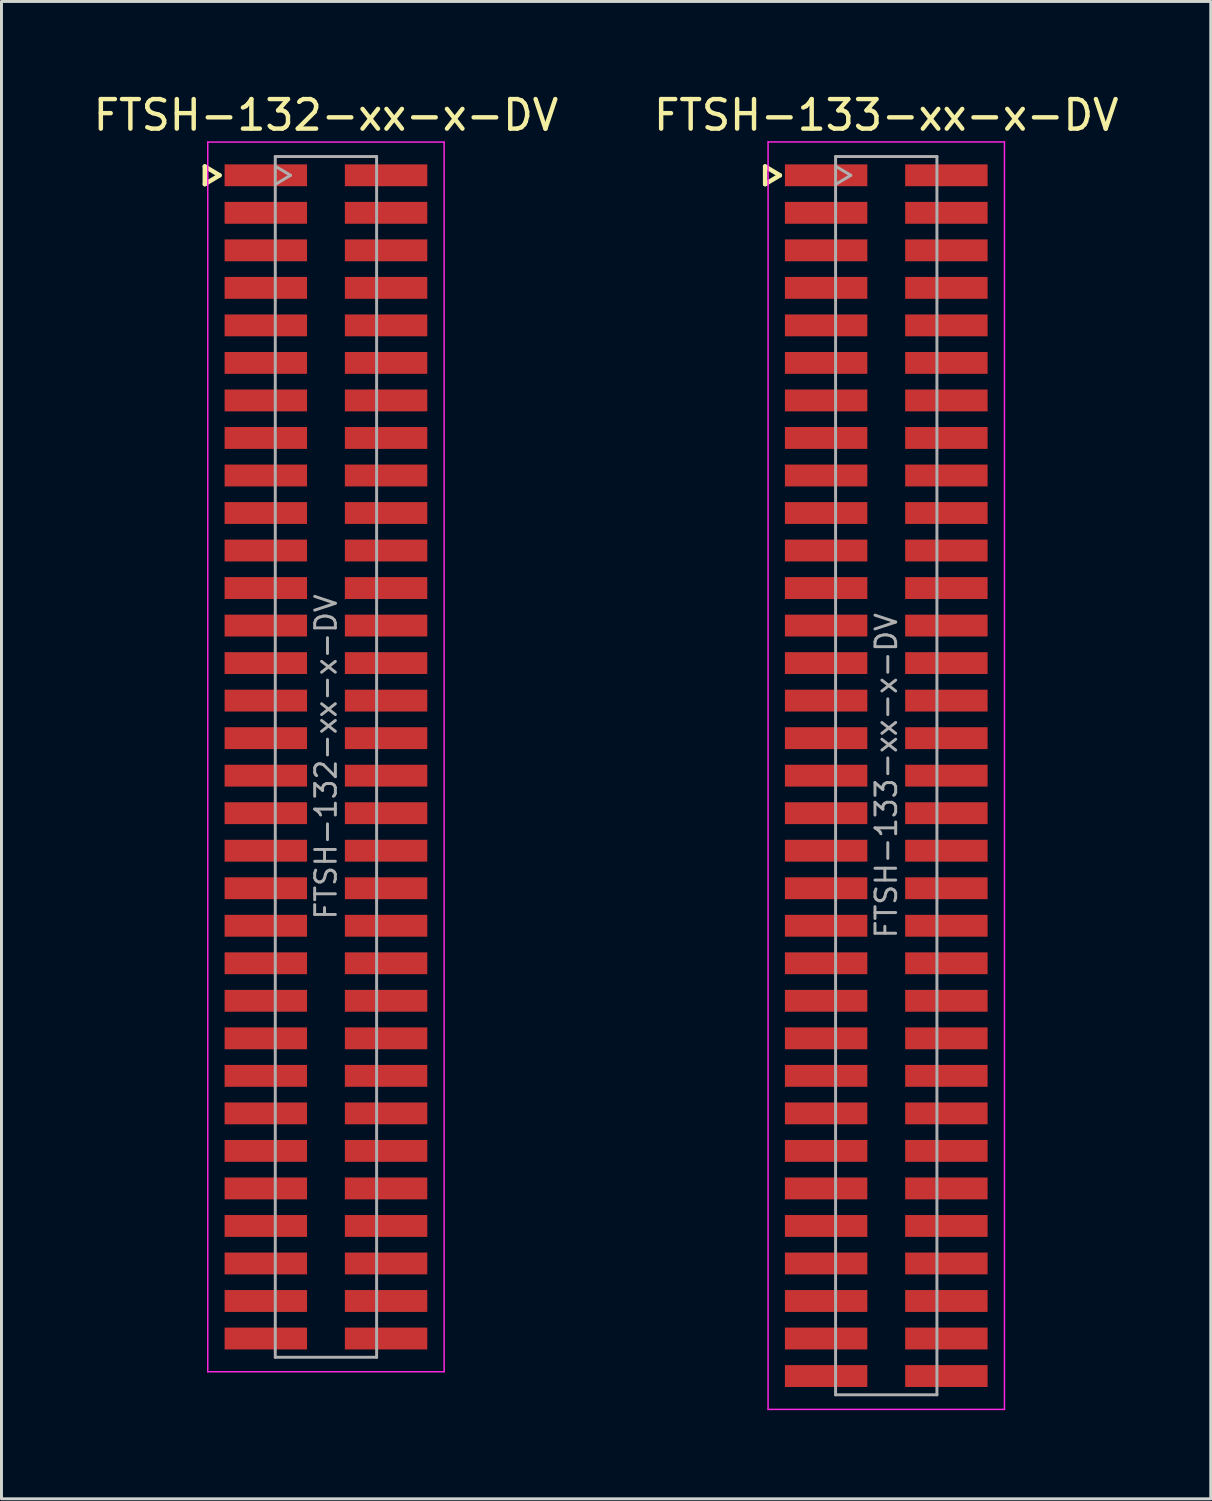
<source format=kicad_pcb>
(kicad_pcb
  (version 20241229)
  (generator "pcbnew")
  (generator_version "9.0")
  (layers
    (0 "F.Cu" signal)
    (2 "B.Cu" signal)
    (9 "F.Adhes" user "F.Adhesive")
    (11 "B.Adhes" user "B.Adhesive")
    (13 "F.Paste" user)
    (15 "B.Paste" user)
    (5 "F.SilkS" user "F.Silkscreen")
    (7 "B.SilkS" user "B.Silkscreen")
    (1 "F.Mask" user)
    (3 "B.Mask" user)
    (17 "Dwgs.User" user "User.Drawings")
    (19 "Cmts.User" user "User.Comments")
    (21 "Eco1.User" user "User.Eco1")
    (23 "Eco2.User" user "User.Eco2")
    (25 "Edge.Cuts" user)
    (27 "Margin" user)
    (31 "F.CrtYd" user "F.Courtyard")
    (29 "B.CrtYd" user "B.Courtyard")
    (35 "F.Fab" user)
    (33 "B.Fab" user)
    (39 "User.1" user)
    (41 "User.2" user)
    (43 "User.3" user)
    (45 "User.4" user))
  (footprint "FTSH-133-xx-x-DV"
    (layer "F.Cu")
    (at 26.946 23.203)
    (property "Reference" "FTSH-133-xx-x-DV" (at 0 -22.355 0) (layer "F.SilkS") (effects (font (size 1 1) (thickness 0.15))))
    (attr smd)
    (fp_line (start -4.1 -20.62) (end -4.1 -20.02) (stroke (width 0.15) (type solid)) (layer "F.SilkS"))
    (fp_line (start -4.1 -20.02) (end -3.6 -20.32) (stroke (width 0.15) (type solid)) (layer "F.SilkS"))
    (fp_line (start -3.6 -20.32) (end -4.1 -20.62) (stroke (width 0.15) (type solid)) (layer "F.SilkS"))
    (fp_line (start -4 -21.45) (end 4 -21.45) (stroke (width 0.05) (type solid)) (layer "F.CrtYd"))
    (fp_line (start -4 21.45) (end -4 -21.45) (stroke (width 0.05) (type solid)) (layer "F.CrtYd"))
    (fp_line (start 4 -21.45) (end 4 21.45) (stroke (width 0.05) (type solid)) (layer "F.CrtYd"))
    (fp_line (start 4 21.45) (end -4 21.45) (stroke (width 0.05) (type solid)) (layer "F.CrtYd"))
    (fp_line (start -1.715 -20.955) (end -1.715 20.955) (stroke (width 0.1) (type solid)) (layer "F.Fab"))
    (fp_line (start -1.715 -20.955) (end 1.715 -20.955) (stroke (width 0.1) (type solid)) (layer "F.Fab"))
    (fp_line (start -1.715 20.955) (end 1.715 20.955) (stroke (width 0.1) (type solid)) (layer "F.Fab"))
    (fp_line (start -1.7 -20.02) (end -1.2 -20.32) (stroke (width 0.1) (type solid)) (layer "F.Fab"))
    (fp_line (start -1.2 -20.32) (end -1.7 -20.62) (stroke (width 0.1) (type solid)) (layer "F.Fab"))
    (fp_line (start 1.715 -20.955) (end 1.715 20.955) (stroke (width 0.1) (type solid)) (layer "F.Fab"))
    (fp_text user "${REFERENCE}" (at 0 0 270) (layer "F.Fab") (effects (font (size 0.7 0.7) (thickness 0.1))))
    (pad "1" smd rect (at -2.035 -20.32) (size 2.79 0.74) (layers "F.Cu" "F.Mask" "F.Paste"))
    (pad "2" smd rect (at 2.035 -20.32) (size 2.79 0.74) (layers "F.Cu" "F.Mask" "F.Paste"))
    (pad "3" smd rect (at -2.035 -19.05) (size 2.79 0.74) (layers "F.Cu" "F.Mask" "F.Paste"))
    (pad "4" smd rect (at 2.035 -19.05) (size 2.79 0.74) (layers "F.Cu" "F.Mask" "F.Paste"))
    (pad "5" smd rect (at -2.035 -17.78) (size 2.79 0.74) (layers "F.Cu" "F.Mask" "F.Paste"))
    (pad "6" smd rect (at 2.035 -17.78) (size 2.79 0.74) (layers "F.Cu" "F.Mask" "F.Paste"))
    (pad "7" smd rect (at -2.035 -16.51) (size 2.79 0.74) (layers "F.Cu" "F.Mask" "F.Paste"))
    (pad "8" smd rect (at 2.035 -16.51) (size 2.79 0.74) (layers "F.Cu" "F.Mask" "F.Paste"))
    (pad "9" smd rect (at -2.035 -15.24) (size 2.79 0.74) (layers "F.Cu" "F.Mask" "F.Paste"))
    (pad "10" smd rect (at 2.035 -15.24) (size 2.79 0.74) (layers "F.Cu" "F.Mask" "F.Paste"))
    (pad "11" smd rect (at -2.035 -13.97) (size 2.79 0.74) (layers "F.Cu" "F.Mask" "F.Paste"))
    (pad "12" smd rect (at 2.035 -13.97) (size 2.79 0.74) (layers "F.Cu" "F.Mask" "F.Paste"))
    (pad "13" smd rect (at -2.035 -12.7) (size 2.79 0.74) (layers "F.Cu" "F.Mask" "F.Paste"))
    (pad "14" smd rect (at 2.035 -12.7) (size 2.79 0.74) (layers "F.Cu" "F.Mask" "F.Paste"))
    (pad "15" smd rect (at -2.035 -11.43) (size 2.79 0.74) (layers "F.Cu" "F.Mask" "F.Paste"))
    (pad "16" smd rect (at 2.035 -11.43) (size 2.79 0.74) (layers "F.Cu" "F.Mask" "F.Paste"))
    (pad "17" smd rect (at -2.035 -10.16) (size 2.79 0.74) (layers "F.Cu" "F.Mask" "F.Paste"))
    (pad "18" smd rect (at 2.035 -10.16) (size 2.79 0.74) (layers "F.Cu" "F.Mask" "F.Paste"))
    (pad "19" smd rect (at -2.035 -8.89) (size 2.79 0.74) (layers "F.Cu" "F.Mask" "F.Paste"))
    (pad "20" smd rect (at 2.035 -8.89) (size 2.79 0.74) (layers "F.Cu" "F.Mask" "F.Paste"))
    (pad "21" smd rect (at -2.035 -7.62) (size 2.79 0.74) (layers "F.Cu" "F.Mask" "F.Paste"))
    (pad "22" smd rect (at 2.035 -7.62) (size 2.79 0.74) (layers "F.Cu" "F.Mask" "F.Paste"))
    (pad "23" smd rect (at -2.035 -6.35) (size 2.79 0.74) (layers "F.Cu" "F.Mask" "F.Paste"))
    (pad "24" smd rect (at 2.035 -6.35) (size 2.79 0.74) (layers "F.Cu" "F.Mask" "F.Paste"))
    (pad "25" smd rect (at -2.035 -5.08) (size 2.79 0.74) (layers "F.Cu" "F.Mask" "F.Paste"))
    (pad "26" smd rect (at 2.035 -5.08) (size 2.79 0.74) (layers "F.Cu" "F.Mask" "F.Paste"))
    (pad "27" smd rect (at -2.035 -3.81) (size 2.79 0.74) (layers "F.Cu" "F.Mask" "F.Paste"))
    (pad "28" smd rect (at 2.035 -3.81) (size 2.79 0.74) (layers "F.Cu" "F.Mask" "F.Paste"))
    (pad "29" smd rect (at -2.035 -2.54) (size 2.79 0.74) (layers "F.Cu" "F.Mask" "F.Paste"))
    (pad "30" smd rect (at 2.035 -2.54) (size 2.79 0.74) (layers "F.Cu" "F.Mask" "F.Paste"))
    (pad "31" smd rect (at -2.035 -1.27) (size 2.79 0.74) (layers "F.Cu" "F.Mask" "F.Paste"))
    (pad "32" smd rect (at 2.035 -1.27) (size 2.79 0.74) (layers "F.Cu" "F.Mask" "F.Paste"))
    (pad "33" smd rect (at -2.035 0) (size 2.79 0.74) (layers "F.Cu" "F.Mask" "F.Paste"))
    (pad "34" smd rect (at 2.035 0) (size 2.79 0.74) (layers "F.Cu" "F.Mask" "F.Paste"))
    (pad "35" smd rect (at -2.035 1.27) (size 2.79 0.74) (layers "F.Cu" "F.Mask" "F.Paste"))
    (pad "36" smd rect (at 2.035 1.27) (size 2.79 0.74) (layers "F.Cu" "F.Mask" "F.Paste"))
    (pad "37" smd rect (at -2.035 2.54) (size 2.79 0.74) (layers "F.Cu" "F.Mask" "F.Paste"))
    (pad "38" smd rect (at 2.035 2.54) (size 2.79 0.74) (layers "F.Cu" "F.Mask" "F.Paste"))
    (pad "39" smd rect (at -2.035 3.81) (size 2.79 0.74) (layers "F.Cu" "F.Mask" "F.Paste"))
    (pad "40" smd rect (at 2.035 3.81) (size 2.79 0.74) (layers "F.Cu" "F.Mask" "F.Paste"))
    (pad "41" smd rect (at -2.035 5.08) (size 2.79 0.74) (layers "F.Cu" "F.Mask" "F.Paste"))
    (pad "42" smd rect (at 2.035 5.08) (size 2.79 0.74) (layers "F.Cu" "F.Mask" "F.Paste"))
    (pad "43" smd rect (at -2.035 6.35) (size 2.79 0.74) (layers "F.Cu" "F.Mask" "F.Paste"))
    (pad "44" smd rect (at 2.035 6.35) (size 2.79 0.74) (layers "F.Cu" "F.Mask" "F.Paste"))
    (pad "45" smd rect (at -2.035 7.62) (size 2.79 0.74) (layers "F.Cu" "F.Mask" "F.Paste"))
    (pad "46" smd rect (at 2.035 7.62) (size 2.79 0.74) (layers "F.Cu" "F.Mask" "F.Paste"))
    (pad "47" smd rect (at -2.035 8.89) (size 2.79 0.74) (layers "F.Cu" "F.Mask" "F.Paste"))
    (pad "48" smd rect (at 2.035 8.89) (size 2.79 0.74) (layers "F.Cu" "F.Mask" "F.Paste"))
    (pad "49" smd rect (at -2.035 10.16) (size 2.79 0.74) (layers "F.Cu" "F.Mask" "F.Paste"))
    (pad "50" smd rect (at 2.035 10.16) (size 2.79 0.74) (layers "F.Cu" "F.Mask" "F.Paste"))
    (pad "51" smd rect (at -2.035 11.43) (size 2.79 0.74) (layers "F.Cu" "F.Mask" "F.Paste"))
    (pad "52" smd rect (at 2.035 11.43) (size 2.79 0.74) (layers "F.Cu" "F.Mask" "F.Paste"))
    (pad "53" smd rect (at -2.035 12.7) (size 2.79 0.74) (layers "F.Cu" "F.Mask" "F.Paste"))
    (pad "54" smd rect (at 2.035 12.7) (size 2.79 0.74) (layers "F.Cu" "F.Mask" "F.Paste"))
    (pad "55" smd rect (at -2.035 13.97) (size 2.79 0.74) (layers "F.Cu" "F.Mask" "F.Paste"))
    (pad "56" smd rect (at 2.035 13.97) (size 2.79 0.74) (layers "F.Cu" "F.Mask" "F.Paste"))
    (pad "57" smd rect (at -2.035 15.24) (size 2.79 0.74) (layers "F.Cu" "F.Mask" "F.Paste"))
    (pad "58" smd rect (at 2.035 15.24) (size 2.79 0.74) (layers "F.Cu" "F.Mask" "F.Paste"))
    (pad "59" smd rect (at -2.035 16.51) (size 2.79 0.74) (layers "F.Cu" "F.Mask" "F.Paste"))
    (pad "60" smd rect (at 2.035 16.51) (size 2.79 0.74) (layers "F.Cu" "F.Mask" "F.Paste"))
    (pad "61" smd rect (at -2.035 17.78) (size 2.79 0.74) (layers "F.Cu" "F.Mask" "F.Paste"))
    (pad "62" smd rect (at 2.035 17.78) (size 2.79 0.74) (layers "F.Cu" "F.Mask" "F.Paste"))
    (pad "63" smd rect (at -2.035 19.05) (size 2.79 0.74) (layers "F.Cu" "F.Mask" "F.Paste"))
    (pad "64" smd rect (at 2.035 19.05) (size 2.79 0.74) (layers "F.Cu" "F.Mask" "F.Paste"))
    (pad "65" smd rect (at -2.035 20.32) (size 2.79 0.74) (layers "F.Cu" "F.Mask" "F.Paste"))
    (pad "66" smd rect (at 2.035 20.32) (size 2.79 0.74) (layers "F.Cu" "F.Mask" "F.Paste")))
  (footprint "FTSH-132-xx-x-DV"
    (layer "F.Cu")
    (at 7.982 22.568)
    (property "Reference" "FTSH-132-xx-x-DV" (at 0 -21.72 0) (layer "F.SilkS") (effects (font (size 1 1) (thickness 0.15))))
    (attr smd)
    (fp_line (start -4.1 -19.985) (end -4.1 -19.385) (stroke (width 0.15) (type solid)) (layer "F.SilkS"))
    (fp_line (start -4.1 -19.385) (end -3.6 -19.685) (stroke (width 0.15) (type solid)) (layer "F.SilkS"))
    (fp_line (start -3.6 -19.685) (end -4.1 -19.985) (stroke (width 0.15) (type solid)) (layer "F.SilkS"))
    (fp_line (start -4 -20.81) (end 4 -20.81) (stroke (width 0.05) (type solid)) (layer "F.CrtYd"))
    (fp_line (start -4 20.81) (end -4 -20.81) (stroke (width 0.05) (type solid)) (layer "F.CrtYd"))
    (fp_line (start 4 -20.81) (end 4 20.81) (stroke (width 0.05) (type solid)) (layer "F.CrtYd"))
    (fp_line (start 4 20.81) (end -4 20.81) (stroke (width 0.05) (type solid)) (layer "F.CrtYd"))
    (fp_line (start -1.715 -20.32) (end -1.715 20.32) (stroke (width 0.1) (type solid)) (layer "F.Fab"))
    (fp_line (start -1.715 -20.32) (end 1.715 -20.32) (stroke (width 0.1) (type solid)) (layer "F.Fab"))
    (fp_line (start -1.715 20.32) (end 1.715 20.32) (stroke (width 0.1) (type solid)) (layer "F.Fab"))
    (fp_line (start -1.7 -19.385) (end -1.2 -19.685) (stroke (width 0.1) (type solid)) (layer "F.Fab"))
    (fp_line (start -1.2 -19.685) (end -1.7 -19.985) (stroke (width 0.1) (type solid)) (layer "F.Fab"))
    (fp_line (start 1.715 -20.32) (end 1.715 20.32) (stroke (width 0.1) (type solid)) (layer "F.Fab"))
    (fp_text user "${REFERENCE}" (at 0 0 270) (layer "F.Fab") (effects (font (size 0.7 0.7) (thickness 0.1))))
    (pad "1" smd rect (at -2.035 -19.685) (size 2.79 0.74) (layers "F.Cu" "F.Mask" "F.Paste"))
    (pad "2" smd rect (at 2.035 -19.685) (size 2.79 0.74) (layers "F.Cu" "F.Mask" "F.Paste"))
    (pad "3" smd rect (at -2.035 -18.415) (size 2.79 0.74) (layers "F.Cu" "F.Mask" "F.Paste"))
    (pad "4" smd rect (at 2.035 -18.415) (size 2.79 0.74) (layers "F.Cu" "F.Mask" "F.Paste"))
    (pad "5" smd rect (at -2.035 -17.145) (size 2.79 0.74) (layers "F.Cu" "F.Mask" "F.Paste"))
    (pad "6" smd rect (at 2.035 -17.145) (size 2.79 0.74) (layers "F.Cu" "F.Mask" "F.Paste"))
    (pad "7" smd rect (at -2.035 -15.875) (size 2.79 0.74) (layers "F.Cu" "F.Mask" "F.Paste"))
    (pad "8" smd rect (at 2.035 -15.875) (size 2.79 0.74) (layers "F.Cu" "F.Mask" "F.Paste"))
    (pad "9" smd rect (at -2.035 -14.605) (size 2.79 0.74) (layers "F.Cu" "F.Mask" "F.Paste"))
    (pad "10" smd rect (at 2.035 -14.605) (size 2.79 0.74) (layers "F.Cu" "F.Mask" "F.Paste"))
    (pad "11" smd rect (at -2.035 -13.335) (size 2.79 0.74) (layers "F.Cu" "F.Mask" "F.Paste"))
    (pad "12" smd rect (at 2.035 -13.335) (size 2.79 0.74) (layers "F.Cu" "F.Mask" "F.Paste"))
    (pad "13" smd rect (at -2.035 -12.065) (size 2.79 0.74) (layers "F.Cu" "F.Mask" "F.Paste"))
    (pad "14" smd rect (at 2.035 -12.065) (size 2.79 0.74) (layers "F.Cu" "F.Mask" "F.Paste"))
    (pad "15" smd rect (at -2.035 -10.795) (size 2.79 0.74) (layers "F.Cu" "F.Mask" "F.Paste"))
    (pad "16" smd rect (at 2.035 -10.795) (size 2.79 0.74) (layers "F.Cu" "F.Mask" "F.Paste"))
    (pad "17" smd rect (at -2.035 -9.525) (size 2.79 0.74) (layers "F.Cu" "F.Mask" "F.Paste"))
    (pad "18" smd rect (at 2.035 -9.525) (size 2.79 0.74) (layers "F.Cu" "F.Mask" "F.Paste"))
    (pad "19" smd rect (at -2.035 -8.255) (size 2.79 0.74) (layers "F.Cu" "F.Mask" "F.Paste"))
    (pad "20" smd rect (at 2.035 -8.255) (size 2.79 0.74) (layers "F.Cu" "F.Mask" "F.Paste"))
    (pad "21" smd rect (at -2.035 -6.985) (size 2.79 0.74) (layers "F.Cu" "F.Mask" "F.Paste"))
    (pad "22" smd rect (at 2.035 -6.985) (size 2.79 0.74) (layers "F.Cu" "F.Mask" "F.Paste"))
    (pad "23" smd rect (at -2.035 -5.715) (size 2.79 0.74) (layers "F.Cu" "F.Mask" "F.Paste"))
    (pad "24" smd rect (at 2.035 -5.715) (size 2.79 0.74) (layers "F.Cu" "F.Mask" "F.Paste"))
    (pad "25" smd rect (at -2.035 -4.445) (size 2.79 0.74) (layers "F.Cu" "F.Mask" "F.Paste"))
    (pad "26" smd rect (at 2.035 -4.445) (size 2.79 0.74) (layers "F.Cu" "F.Mask" "F.Paste"))
    (pad "27" smd rect (at -2.035 -3.175) (size 2.79 0.74) (layers "F.Cu" "F.Mask" "F.Paste"))
    (pad "28" smd rect (at 2.035 -3.175) (size 2.79 0.74) (layers "F.Cu" "F.Mask" "F.Paste"))
    (pad "29" smd rect (at -2.035 -1.905) (size 2.79 0.74) (layers "F.Cu" "F.Mask" "F.Paste"))
    (pad "30" smd rect (at 2.035 -1.905) (size 2.79 0.74) (layers "F.Cu" "F.Mask" "F.Paste"))
    (pad "31" smd rect (at -2.035 -0.635) (size 2.79 0.74) (layers "F.Cu" "F.Mask" "F.Paste"))
    (pad "32" smd rect (at 2.035 -0.635) (size 2.79 0.74) (layers "F.Cu" "F.Mask" "F.Paste"))
    (pad "33" smd rect (at -2.035 0.635) (size 2.79 0.74) (layers "F.Cu" "F.Mask" "F.Paste"))
    (pad "34" smd rect (at 2.035 0.635) (size 2.79 0.74) (layers "F.Cu" "F.Mask" "F.Paste"))
    (pad "35" smd rect (at -2.035 1.905) (size 2.79 0.74) (layers "F.Cu" "F.Mask" "F.Paste"))
    (pad "36" smd rect (at 2.035 1.905) (size 2.79 0.74) (layers "F.Cu" "F.Mask" "F.Paste"))
    (pad "37" smd rect (at -2.035 3.175) (size 2.79 0.74) (layers "F.Cu" "F.Mask" "F.Paste"))
    (pad "38" smd rect (at 2.035 3.175) (size 2.79 0.74) (layers "F.Cu" "F.Mask" "F.Paste"))
    (pad "39" smd rect (at -2.035 4.445) (size 2.79 0.74) (layers "F.Cu" "F.Mask" "F.Paste"))
    (pad "40" smd rect (at 2.035 4.445) (size 2.79 0.74) (layers "F.Cu" "F.Mask" "F.Paste"))
    (pad "41" smd rect (at -2.035 5.715) (size 2.79 0.74) (layers "F.Cu" "F.Mask" "F.Paste"))
    (pad "42" smd rect (at 2.035 5.715) (size 2.79 0.74) (layers "F.Cu" "F.Mask" "F.Paste"))
    (pad "43" smd rect (at -2.035 6.985) (size 2.79 0.74) (layers "F.Cu" "F.Mask" "F.Paste"))
    (pad "44" smd rect (at 2.035 6.985) (size 2.79 0.74) (layers "F.Cu" "F.Mask" "F.Paste"))
    (pad "45" smd rect (at -2.035 8.255) (size 2.79 0.74) (layers "F.Cu" "F.Mask" "F.Paste"))
    (pad "46" smd rect (at 2.035 8.255) (size 2.79 0.74) (layers "F.Cu" "F.Mask" "F.Paste"))
    (pad "47" smd rect (at -2.035 9.525) (size 2.79 0.74) (layers "F.Cu" "F.Mask" "F.Paste"))
    (pad "48" smd rect (at 2.035 9.525) (size 2.79 0.74) (layers "F.Cu" "F.Mask" "F.Paste"))
    (pad "49" smd rect (at -2.035 10.795) (size 2.79 0.74) (layers "F.Cu" "F.Mask" "F.Paste"))
    (pad "50" smd rect (at 2.035 10.795) (size 2.79 0.74) (layers "F.Cu" "F.Mask" "F.Paste"))
    (pad "51" smd rect (at -2.035 12.065) (size 2.79 0.74) (layers "F.Cu" "F.Mask" "F.Paste"))
    (pad "52" smd rect (at 2.035 12.065) (size 2.79 0.74) (layers "F.Cu" "F.Mask" "F.Paste"))
    (pad "53" smd rect (at -2.035 13.335) (size 2.79 0.74) (layers "F.Cu" "F.Mask" "F.Paste"))
    (pad "54" smd rect (at 2.035 13.335) (size 2.79 0.74) (layers "F.Cu" "F.Mask" "F.Paste"))
    (pad "55" smd rect (at -2.035 14.605) (size 2.79 0.74) (layers "F.Cu" "F.Mask" "F.Paste"))
    (pad "56" smd rect (at 2.035 14.605) (size 2.79 0.74) (layers "F.Cu" "F.Mask" "F.Paste"))
    (pad "57" smd rect (at -2.035 15.875) (size 2.79 0.74) (layers "F.Cu" "F.Mask" "F.Paste"))
    (pad "58" smd rect (at 2.035 15.875) (size 2.79 0.74) (layers "F.Cu" "F.Mask" "F.Paste"))
    (pad "59" smd rect (at -2.035 17.145) (size 2.79 0.74) (layers "F.Cu" "F.Mask" "F.Paste"))
    (pad "60" smd rect (at 2.035 17.145) (size 2.79 0.74) (layers "F.Cu" "F.Mask" "F.Paste"))
    (pad "61" smd rect (at -2.035 18.415) (size 2.79 0.74) (layers "F.Cu" "F.Mask" "F.Paste"))
    (pad "62" smd rect (at 2.035 18.415) (size 2.79 0.74) (layers "F.Cu" "F.Mask" "F.Paste"))
    (pad "63" smd rect (at -2.035 19.685) (size 2.79 0.74) (layers "F.Cu" "F.Mask" "F.Paste"))
    (pad "64" smd rect (at 2.035 19.685) (size 2.79 0.74) (layers "F.Cu" "F.Mask" "F.Paste")))
  (gr_rect
    (start -3 -3)
    (end 37.929 47.678)
    (stroke (width 0.1) (type default))
    (fill no)
    (layer "Edge.Cuts")))
</source>
